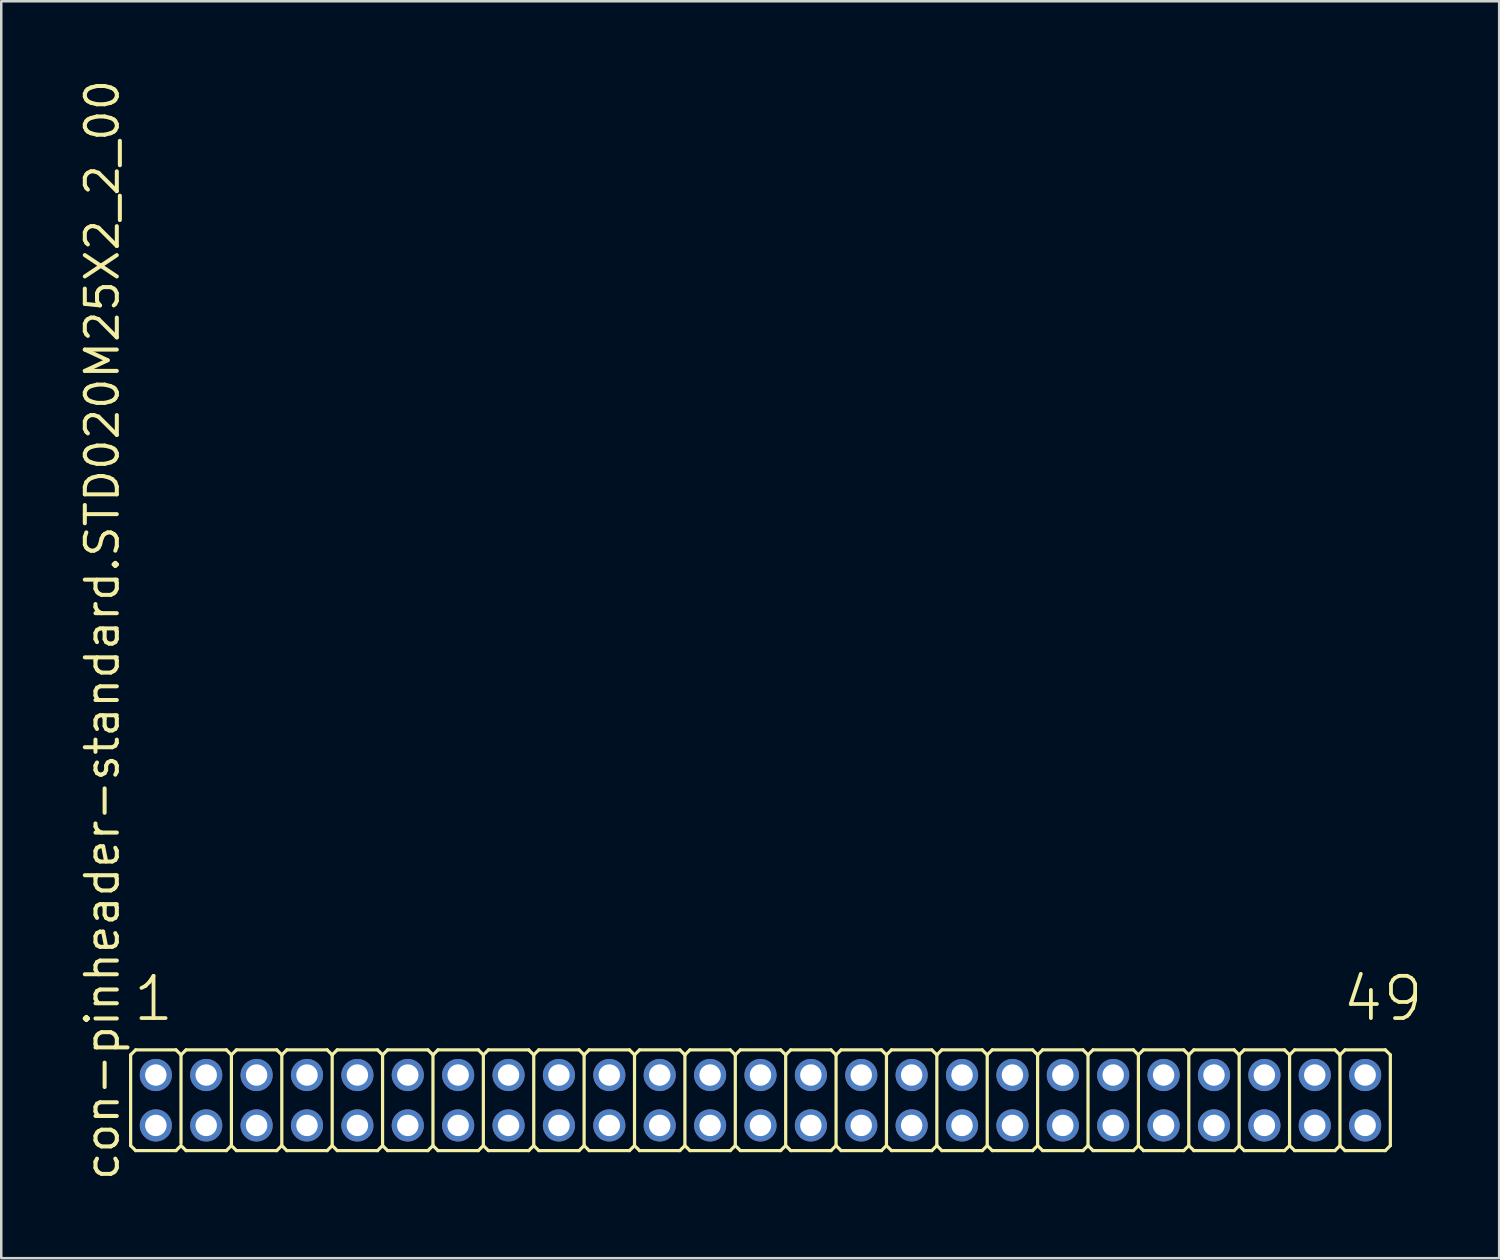
<source format=kicad_pcb>
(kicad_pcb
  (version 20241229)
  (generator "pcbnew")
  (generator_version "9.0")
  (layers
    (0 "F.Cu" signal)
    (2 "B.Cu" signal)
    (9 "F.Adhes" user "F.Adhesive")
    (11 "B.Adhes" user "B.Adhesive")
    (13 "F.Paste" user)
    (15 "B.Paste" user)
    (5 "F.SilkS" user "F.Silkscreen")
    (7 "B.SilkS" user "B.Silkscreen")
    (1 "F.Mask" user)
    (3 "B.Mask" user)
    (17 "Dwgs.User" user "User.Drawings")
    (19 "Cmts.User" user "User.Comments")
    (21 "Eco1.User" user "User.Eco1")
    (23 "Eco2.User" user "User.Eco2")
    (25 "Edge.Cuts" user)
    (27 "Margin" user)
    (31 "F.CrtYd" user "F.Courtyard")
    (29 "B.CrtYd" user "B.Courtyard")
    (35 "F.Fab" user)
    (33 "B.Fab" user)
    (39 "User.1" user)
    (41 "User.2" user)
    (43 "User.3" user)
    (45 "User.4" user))
  (footprint "con-pinheader-standard.STD020M25X2_2_00"
    (layer "F.Cu")
    (at 27.135 40.62)
    (property "Reference" "con-pinheader-standard.STD020M25X2_2_00" (at -25.385 3.27 90) (layer "F.SilkS") (effects (font (size 1.27 1.27) (thickness 0.16)) (justify left bottom)))
    (attr through_hole)
    (fp_line (start -25 1.8) (end -25 -1.8) (stroke (width 0.127) (type default)) (layer "F.SilkS"))
    (fp_line (start -24.8 -2) (end -25 -1.8) (stroke (width 0.127) (type default)) (layer "F.SilkS"))
    (fp_line (start -24.8 -2) (end -23.2 -2) (stroke (width 0.127) (type default)) (layer "F.SilkS"))
    (fp_line (start -24.8 2) (end -25 1.8) (stroke (width 0.127) (type default)) (layer "F.SilkS"))
    (fp_line (start -23.2 -2) (end -23 -1.8) (stroke (width 0.127) (type default)) (layer "F.SilkS"))
    (fp_line (start -23.2 2) (end -24.8 2) (stroke (width 0.127) (type default)) (layer "F.SilkS"))
    (fp_line (start -23.2 2) (end -23 1.8) (stroke (width 0.127) (type default)) (layer "F.SilkS"))
    (fp_line (start -23 -1.8) (end -23 1.7) (stroke (width 0.127) (type default)) (layer "F.SilkS"))
    (fp_line (start -22.8 -2) (end -23 -1.8) (stroke (width 0.127) (type default)) (layer "F.SilkS"))
    (fp_line (start -22.8 -2) (end -21.2 -2) (stroke (width 0.127) (type default)) (layer "F.SilkS"))
    (fp_line (start -22.8 2) (end -23 1.8) (stroke (width 0.127) (type default)) (layer "F.SilkS"))
    (fp_line (start -21.2 -2) (end -21 -1.8) (stroke (width 0.127) (type default)) (layer "F.SilkS"))
    (fp_line (start -21.2 2) (end -22.8 2) (stroke (width 0.127) (type default)) (layer "F.SilkS"))
    (fp_line (start -21.2 2) (end -21 1.8) (stroke (width 0.127) (type default)) (layer "F.SilkS"))
    (fp_line (start -21 -1.8) (end -21 1.8) (stroke (width 0.127) (type default)) (layer "F.SilkS"))
    (fp_line (start -20.8 -2) (end -21 -1.8) (stroke (width 0.127) (type default)) (layer "F.SilkS"))
    (fp_line (start -20.8 -2) (end -19.2 -2) (stroke (width 0.127) (type default)) (layer "F.SilkS"))
    (fp_line (start -20.8 2) (end -21 1.8) (stroke (width 0.127) (type default)) (layer "F.SilkS"))
    (fp_line (start -19.2 -2) (end -19 -1.8) (stroke (width 0.127) (type default)) (layer "F.SilkS"))
    (fp_line (start -19.2 2) (end -20.8 2) (stroke (width 0.127) (type default)) (layer "F.SilkS"))
    (fp_line (start -19.2 2) (end -19 1.8) (stroke (width 0.127) (type default)) (layer "F.SilkS"))
    (fp_line (start -19 -1.8) (end -19 1.8) (stroke (width 0.127) (type default)) (layer "F.SilkS"))
    (fp_line (start -18.8 -2) (end -19 -1.8) (stroke (width 0.127) (type default)) (layer "F.SilkS"))
    (fp_line (start -18.8 -2) (end -17.2 -2) (stroke (width 0.127) (type default)) (layer "F.SilkS"))
    (fp_line (start -18.8 2) (end -19 1.8) (stroke (width 0.127) (type default)) (layer "F.SilkS"))
    (fp_line (start -17.2 -2) (end -17 -1.8) (stroke (width 0.127) (type default)) (layer "F.SilkS"))
    (fp_line (start -17.2 2) (end -18.8 2) (stroke (width 0.127) (type default)) (layer "F.SilkS"))
    (fp_line (start -17.2 2) (end -17 1.8) (stroke (width 0.127) (type default)) (layer "F.SilkS"))
    (fp_line (start -17 -1.8) (end -17 1.8) (stroke (width 0.127) (type default)) (layer "F.SilkS"))
    (fp_line (start -16.8 -2) (end -17 -1.8) (stroke (width 0.127) (type default)) (layer "F.SilkS"))
    (fp_line (start -16.8 -2) (end -15.2 -2) (stroke (width 0.127) (type default)) (layer "F.SilkS"))
    (fp_line (start -16.8 2) (end -17 1.8) (stroke (width 0.127) (type default)) (layer "F.SilkS"))
    (fp_line (start -15.2 -2) (end -15 -1.8) (stroke (width 0.127) (type default)) (layer "F.SilkS"))
    (fp_line (start -15.2 2) (end -16.8 2) (stroke (width 0.127) (type default)) (layer "F.SilkS"))
    (fp_line (start -15.2 2) (end -15 1.8) (stroke (width 0.127) (type default)) (layer "F.SilkS"))
    (fp_line (start -15 -1.8) (end -15 1.8) (stroke (width 0.127) (type default)) (layer "F.SilkS"))
    (fp_line (start -14.8 -2) (end -15 -1.8) (stroke (width 0.127) (type default)) (layer "F.SilkS"))
    (fp_line (start -14.8 -2) (end -13.2 -2) (stroke (width 0.127) (type default)) (layer "F.SilkS"))
    (fp_line (start -14.8 2) (end -15 1.8) (stroke (width 0.127) (type default)) (layer "F.SilkS"))
    (fp_line (start -13.2 -2) (end -13 -1.8) (stroke (width 0.127) (type default)) (layer "F.SilkS"))
    (fp_line (start -13.2 2) (end -14.8 2) (stroke (width 0.127) (type default)) (layer "F.SilkS"))
    (fp_line (start -13.2 2) (end -13 1.8) (stroke (width 0.127) (type default)) (layer "F.SilkS"))
    (fp_line (start -13 -1.8) (end -13 1.8) (stroke (width 0.127) (type default)) (layer "F.SilkS"))
    (fp_line (start -12.8 -2) (end -13 -1.8) (stroke (width 0.127) (type default)) (layer "F.SilkS"))
    (fp_line (start -12.8 -2) (end -11.2 -2) (stroke (width 0.127) (type default)) (layer "F.SilkS"))
    (fp_line (start -12.8 2) (end -13 1.8) (stroke (width 0.127) (type default)) (layer "F.SilkS"))
    (fp_line (start -11.2 -2) (end -11 -1.8) (stroke (width 0.127) (type default)) (layer "F.SilkS"))
    (fp_line (start -11.2 2) (end -12.8 2) (stroke (width 0.127) (type default)) (layer "F.SilkS"))
    (fp_line (start -11.2 2) (end -11 1.8) (stroke (width 0.127) (type default)) (layer "F.SilkS"))
    (fp_line (start -11 -1.8) (end -11 1.8) (stroke (width 0.127) (type default)) (layer "F.SilkS"))
    (fp_line (start -10.8 -2) (end -11 -1.8) (stroke (width 0.127) (type default)) (layer "F.SilkS"))
    (fp_line (start -10.8 -2) (end -9.2 -2) (stroke (width 0.127) (type default)) (layer "F.SilkS"))
    (fp_line (start -10.8 2) (end -11 1.8) (stroke (width 0.127) (type default)) (layer "F.SilkS"))
    (fp_line (start -9.2 -2) (end -9 -1.8) (stroke (width 0.127) (type default)) (layer "F.SilkS"))
    (fp_line (start -9.2 2) (end -10.8 2) (stroke (width 0.127) (type default)) (layer "F.SilkS"))
    (fp_line (start -9.2 2) (end -9 1.8) (stroke (width 0.127) (type default)) (layer "F.SilkS"))
    (fp_line (start -9 -1.8) (end -9 1.8) (stroke (width 0.127) (type default)) (layer "F.SilkS"))
    (fp_line (start -8.8 -2) (end -9 -1.8) (stroke (width 0.127) (type default)) (layer "F.SilkS"))
    (fp_line (start -8.8 -2) (end -7.2 -2) (stroke (width 0.127) (type default)) (layer "F.SilkS"))
    (fp_line (start -8.8 2) (end -9 1.8) (stroke (width 0.127) (type default)) (layer "F.SilkS"))
    (fp_line (start -7.2 -2) (end -7 -1.8) (stroke (width 0.127) (type default)) (layer "F.SilkS"))
    (fp_line (start -7.2 2) (end -8.8 2) (stroke (width 0.127) (type default)) (layer "F.SilkS"))
    (fp_line (start -7.2 2) (end -7 1.8) (stroke (width 0.127) (type default)) (layer "F.SilkS"))
    (fp_line (start -7 -1.8) (end -7 1.8) (stroke (width 0.127) (type default)) (layer "F.SilkS"))
    (fp_line (start -6.8 -2) (end -7 -1.8) (stroke (width 0.127) (type default)) (layer "F.SilkS"))
    (fp_line (start -6.8 -2) (end -5.2 -2) (stroke (width 0.127) (type default)) (layer "F.SilkS"))
    (fp_line (start -6.8 2) (end -7 1.8) (stroke (width 0.127) (type default)) (layer "F.SilkS"))
    (fp_line (start -5.2 -2) (end -5 -1.8) (stroke (width 0.127) (type default)) (layer "F.SilkS"))
    (fp_line (start -5.2 2) (end -6.8 2) (stroke (width 0.127) (type default)) (layer "F.SilkS"))
    (fp_line (start -5.2 2) (end -5 1.8) (stroke (width 0.127) (type default)) (layer "F.SilkS"))
    (fp_line (start -5 -1.8) (end -5 1.8) (stroke (width 0.127) (type default)) (layer "F.SilkS"))
    (fp_line (start -4.8 -2) (end -5 -1.8) (stroke (width 0.127) (type default)) (layer "F.SilkS"))
    (fp_line (start -4.8 -2) (end -3.2 -2) (stroke (width 0.127) (type default)) (layer "F.SilkS"))
    (fp_line (start -4.8 2) (end -5 1.8) (stroke (width 0.127) (type default)) (layer "F.SilkS"))
    (fp_line (start -3.2 -2) (end -3 -1.8) (stroke (width 0.127) (type default)) (layer "F.SilkS"))
    (fp_line (start -3.2 2) (end -4.8 2) (stroke (width 0.127) (type default)) (layer "F.SilkS"))
    (fp_line (start -3.2 2) (end -3 1.8) (stroke (width 0.127) (type default)) (layer "F.SilkS"))
    (fp_line (start -3 -1.8) (end -3 1.8) (stroke (width 0.127) (type default)) (layer "F.SilkS"))
    (fp_line (start -2.8 -2) (end -3 -1.8) (stroke (width 0.127) (type default)) (layer "F.SilkS"))
    (fp_line (start -2.8 -2) (end -1.2 -2) (stroke (width 0.127) (type default)) (layer "F.SilkS"))
    (fp_line (start -2.8 2) (end -3 1.8) (stroke (width 0.127) (type default)) (layer "F.SilkS"))
    (fp_line (start -1.2 -2) (end -1 -1.8) (stroke (width 0.127) (type default)) (layer "F.SilkS"))
    (fp_line (start -1.2 2) (end -2.8 2) (stroke (width 0.127) (type default)) (layer "F.SilkS"))
    (fp_line (start -1.2 2) (end -1 1.8) (stroke (width 0.127) (type default)) (layer "F.SilkS"))
    (fp_line (start -1 -1.8) (end -1 1.8) (stroke (width 0.127) (type default)) (layer "F.SilkS"))
    (fp_line (start -0.8 -2) (end -1 -1.8) (stroke (width 0.127) (type default)) (layer "F.SilkS"))
    (fp_line (start -0.8 -2) (end 0.8 -2) (stroke (width 0.127) (type default)) (layer "F.SilkS"))
    (fp_line (start -0.8 2) (end -1 1.8) (stroke (width 0.127) (type default)) (layer "F.SilkS"))
    (fp_line (start 0.8 -2) (end 1 -1.8) (stroke (width 0.127) (type default)) (layer "F.SilkS"))
    (fp_line (start 0.8 2) (end -0.8 2) (stroke (width 0.127) (type default)) (layer "F.SilkS"))
    (fp_line (start 0.8 2) (end 1 1.8) (stroke (width 0.127) (type default)) (layer "F.SilkS"))
    (fp_line (start 1 -1.8) (end 1 1.8) (stroke (width 0.127) (type default)) (layer "F.SilkS"))
    (fp_line (start 1.2 -2) (end 1 -1.8) (stroke (width 0.127) (type default)) (layer "F.SilkS"))
    (fp_line (start 1.2 -2) (end 2.8 -2) (stroke (width 0.127) (type default)) (layer "F.SilkS"))
    (fp_line (start 1.2 2) (end 1 1.8) (stroke (width 0.127) (type default)) (layer "F.SilkS"))
    (fp_line (start 2.8 -2) (end 3 -1.8) (stroke (width 0.127) (type default)) (layer "F.SilkS"))
    (fp_line (start 2.8 2) (end 1.2 2) (stroke (width 0.127) (type default)) (layer "F.SilkS"))
    (fp_line (start 2.8 2) (end 3 1.8) (stroke (width 0.127) (type default)) (layer "F.SilkS"))
    (fp_line (start 3 -1.8) (end 3 1.8) (stroke (width 0.127) (type default)) (layer "F.SilkS"))
    (fp_line (start 3.2 -2) (end 3 -1.8) (stroke (width 0.127) (type default)) (layer "F.SilkS"))
    (fp_line (start 3.2 -2) (end 4.8 -2) (stroke (width 0.127) (type default)) (layer "F.SilkS"))
    (fp_line (start 3.2 2) (end 3 1.8) (stroke (width 0.127) (type default)) (layer "F.SilkS"))
    (fp_line (start 4.8 -2) (end 5 -1.8) (stroke (width 0.127) (type default)) (layer "F.SilkS"))
    (fp_line (start 4.8 2) (end 3.2 2) (stroke (width 0.127) (type default)) (layer "F.SilkS"))
    (fp_line (start 4.8 2) (end 5 1.8) (stroke (width 0.127) (type default)) (layer "F.SilkS"))
    (fp_line (start 5 -1.8) (end 5 1.8) (stroke (width 0.127) (type default)) (layer "F.SilkS"))
    (fp_line (start 5.2 -2) (end 5 -1.8) (stroke (width 0.127) (type default)) (layer "F.SilkS"))
    (fp_line (start 5.2 -2) (end 6.8 -2) (stroke (width 0.127) (type default)) (layer "F.SilkS"))
    (fp_line (start 5.2 2) (end 5 1.8) (stroke (width 0.127) (type default)) (layer "F.SilkS"))
    (fp_line (start 6.8 -2) (end 7 -1.8) (stroke (width 0.127) (type default)) (layer "F.SilkS"))
    (fp_line (start 6.8 2) (end 5.2 2) (stroke (width 0.127) (type default)) (layer "F.SilkS"))
    (fp_line (start 6.8 2) (end 7 1.8) (stroke (width 0.127) (type default)) (layer "F.SilkS"))
    (fp_line (start 7 -1.8) (end 7 1.8) (stroke (width 0.127) (type default)) (layer "F.SilkS"))
    (fp_line (start 7.2 -2) (end 7 -1.8) (stroke (width 0.127) (type default)) (layer "F.SilkS"))
    (fp_line (start 7.2 -2) (end 8.8 -2) (stroke (width 0.127) (type default)) (layer "F.SilkS"))
    (fp_line (start 7.2 2) (end 7 1.8) (stroke (width 0.127) (type default)) (layer "F.SilkS"))
    (fp_line (start 8.8 -2) (end 9 -1.8) (stroke (width 0.127) (type default)) (layer "F.SilkS"))
    (fp_line (start 8.8 2) (end 7.2 2) (stroke (width 0.127) (type default)) (layer "F.SilkS"))
    (fp_line (start 8.8 2) (end 9 1.8) (stroke (width 0.127) (type default)) (layer "F.SilkS"))
    (fp_line (start 9 -1.8) (end 9 1.8) (stroke (width 0.127) (type default)) (layer "F.SilkS"))
    (fp_line (start 9.2 -2) (end 9 -1.8) (stroke (width 0.127) (type default)) (layer "F.SilkS"))
    (fp_line (start 9.2 -2) (end 10.8 -2) (stroke (width 0.127) (type default)) (layer "F.SilkS"))
    (fp_line (start 9.2 2) (end 9 1.8) (stroke (width 0.127) (type default)) (layer "F.SilkS"))
    (fp_line (start 10.8 -2) (end 11 -1.8) (stroke (width 0.127) (type default)) (layer "F.SilkS"))
    (fp_line (start 10.8 2) (end 9.2 2) (stroke (width 0.127) (type default)) (layer "F.SilkS"))
    (fp_line (start 10.8 2) (end 11 1.8) (stroke (width 0.127) (type default)) (layer "F.SilkS"))
    (fp_line (start 11 -1.8) (end 11 1.8) (stroke (width 0.127) (type default)) (layer "F.SilkS"))
    (fp_line (start 11.2 -2) (end 11 -1.8) (stroke (width 0.127) (type default)) (layer "F.SilkS"))
    (fp_line (start 11.2 -2) (end 12.8 -2) (stroke (width 0.127) (type default)) (layer "F.SilkS"))
    (fp_line (start 11.2 2) (end 11 1.8) (stroke (width 0.127) (type default)) (layer "F.SilkS"))
    (fp_line (start 12.8 -2) (end 13 -1.8) (stroke (width 0.127) (type default)) (layer "F.SilkS"))
    (fp_line (start 12.8 2) (end 11.2 2) (stroke (width 0.127) (type default)) (layer "F.SilkS"))
    (fp_line (start 12.8 2) (end 13 1.8) (stroke (width 0.127) (type default)) (layer "F.SilkS"))
    (fp_line (start 13 -1.8) (end 13 1.8) (stroke (width 0.127) (type default)) (layer "F.SilkS"))
    (fp_line (start 13.2 -2) (end 13 -1.8) (stroke (width 0.127) (type default)) (layer "F.SilkS"))
    (fp_line (start 13.2 -2) (end 14.8 -2) (stroke (width 0.127) (type default)) (layer "F.SilkS"))
    (fp_line (start 13.2 2) (end 13 1.8) (stroke (width 0.127) (type default)) (layer "F.SilkS"))
    (fp_line (start 14.8 -2) (end 15 -1.8) (stroke (width 0.127) (type default)) (layer "F.SilkS"))
    (fp_line (start 14.8 2) (end 13.2 2) (stroke (width 0.127) (type default)) (layer "F.SilkS"))
    (fp_line (start 14.8 2) (end 15 1.8) (stroke (width 0.127) (type default)) (layer "F.SilkS"))
    (fp_line (start 15 -1.8) (end 15 1.8) (stroke (width 0.127) (type default)) (layer "F.SilkS"))
    (fp_line (start 15.2 -2) (end 15 -1.8) (stroke (width 0.127) (type default)) (layer "F.SilkS"))
    (fp_line (start 15.2 -2) (end 16.8 -2) (stroke (width 0.127) (type default)) (layer "F.SilkS"))
    (fp_line (start 15.2 2) (end 15 1.8) (stroke (width 0.127) (type default)) (layer "F.SilkS"))
    (fp_line (start 16.8 -2) (end 17 -1.8) (stroke (width 0.127) (type default)) (layer "F.SilkS"))
    (fp_line (start 16.8 2) (end 15.2 2) (stroke (width 0.127) (type default)) (layer "F.SilkS"))
    (fp_line (start 16.8 2) (end 17 1.8) (stroke (width 0.127) (type default)) (layer "F.SilkS"))
    (fp_line (start 17 -1.8) (end 17 1.8) (stroke (width 0.127) (type default)) (layer "F.SilkS"))
    (fp_line (start 17.2 -2) (end 17 -1.8) (stroke (width 0.127) (type default)) (layer "F.SilkS"))
    (fp_line (start 17.2 -2) (end 18.8 -2) (stroke (width 0.127) (type default)) (layer "F.SilkS"))
    (fp_line (start 17.2 2) (end 17 1.8) (stroke (width 0.127) (type default)) (layer "F.SilkS"))
    (fp_line (start 18.8 -2) (end 19 -1.8) (stroke (width 0.127) (type default)) (layer "F.SilkS"))
    (fp_line (start 18.8 2) (end 17.2 2) (stroke (width 0.127) (type default)) (layer "F.SilkS"))
    (fp_line (start 18.8 2) (end 19 1.8) (stroke (width 0.127) (type default)) (layer "F.SilkS"))
    (fp_line (start 19 -1.8) (end 19 1.8) (stroke (width 0.127) (type default)) (layer "F.SilkS"))
    (fp_line (start 19.2 -2) (end 19 -1.8) (stroke (width 0.127) (type default)) (layer "F.SilkS"))
    (fp_line (start 19.2 -2) (end 20.8 -2) (stroke (width 0.127) (type default)) (layer "F.SilkS"))
    (fp_line (start 19.2 2) (end 19 1.8) (stroke (width 0.127) (type default)) (layer "F.SilkS"))
    (fp_line (start 20.8 -2) (end 21 -1.8) (stroke (width 0.127) (type default)) (layer "F.SilkS"))
    (fp_line (start 20.8 2) (end 19.2 2) (stroke (width 0.127) (type default)) (layer "F.SilkS"))
    (fp_line (start 20.8 2) (end 21 1.8) (stroke (width 0.127) (type default)) (layer "F.SilkS"))
    (fp_line (start 21 -1.8) (end 21 1.8) (stroke (width 0.127) (type default)) (layer "F.SilkS"))
    (fp_line (start 21.2 -2) (end 21 -1.8) (stroke (width 0.127) (type default)) (layer "F.SilkS"))
    (fp_line (start 21.2 -2) (end 22.8 -2) (stroke (width 0.127) (type default)) (layer "F.SilkS"))
    (fp_line (start 21.2 2) (end 21 1.8) (stroke (width 0.127) (type default)) (layer "F.SilkS"))
    (fp_line (start 22.8 -2) (end 23 -1.8) (stroke (width 0.127) (type default)) (layer "F.SilkS"))
    (fp_line (start 22.8 2) (end 21.2 2) (stroke (width 0.127) (type default)) (layer "F.SilkS"))
    (fp_line (start 22.8 2) (end 23 1.8) (stroke (width 0.127) (type default)) (layer "F.SilkS"))
    (fp_line (start 23 -1.8) (end 23 1.8) (stroke (width 0.127) (type default)) (layer "F.SilkS"))
    (fp_line (start 23.2 -2) (end 23 -1.8) (stroke (width 0.127) (type default)) (layer "F.SilkS"))
    (fp_line (start 23.2 -2) (end 24.8 -2) (stroke (width 0.127) (type default)) (layer "F.SilkS"))
    (fp_line (start 23.2 2) (end 23 1.8) (stroke (width 0.127) (type default)) (layer "F.SilkS"))
    (fp_line (start 24.8 -2) (end 25 -1.8) (stroke (width 0.127) (type default)) (layer "F.SilkS"))
    (fp_line (start 24.8 2) (end 23.2 2) (stroke (width 0.127) (type default)) (layer "F.SilkS"))
    (fp_line (start 24.8 2) (end 25 1.8) (stroke (width 0.127) (type default)) (layer "F.SilkS"))
    (fp_line (start 25 -1.8) (end 25 1.8) (stroke (width 0.127) (type default)) (layer "F.SilkS"))
    (fp_rect (start -24.25 -0.75) (end -23.75 -1.25) (stroke (width 0.05) (type default)) (fill no) (layer "F.Fab"))
    (fp_rect (start -24.25 1.25) (end -23.75 0.75) (stroke (width 0.05) (type default)) (fill no) (layer "F.Fab"))
    (fp_rect (start -22.25 -0.75) (end -21.75 -1.25) (stroke (width 0.05) (type default)) (fill no) (layer "F.Fab"))
    (fp_rect (start -22.25 1.25) (end -21.75 0.75) (stroke (width 0.05) (type default)) (fill no) (layer "F.Fab"))
    (fp_rect (start -20.25 -0.75) (end -19.75 -1.25) (stroke (width 0.05) (type default)) (fill no) (layer "F.Fab"))
    (fp_rect (start -20.25 1.25) (end -19.75 0.75) (stroke (width 0.05) (type default)) (fill no) (layer "F.Fab"))
    (fp_rect (start -18.25 -0.75) (end -17.75 -1.25) (stroke (width 0.05) (type default)) (fill no) (layer "F.Fab"))
    (fp_rect (start -18.25 1.25) (end -17.75 0.75) (stroke (width 0.05) (type default)) (fill no) (layer "F.Fab"))
    (fp_rect (start -16.25 -0.75) (end -15.75 -1.25) (stroke (width 0.05) (type default)) (fill no) (layer "F.Fab"))
    (fp_rect (start -16.25 1.25) (end -15.75 0.75) (stroke (width 0.05) (type default)) (fill no) (layer "F.Fab"))
    (fp_rect (start -14.25 -0.75) (end -13.75 -1.25) (stroke (width 0.05) (type default)) (fill no) (layer "F.Fab"))
    (fp_rect (start -14.25 1.25) (end -13.75 0.75) (stroke (width 0.05) (type default)) (fill no) (layer "F.Fab"))
    (fp_rect (start -12.25 -0.75) (end -11.75 -1.25) (stroke (width 0.05) (type default)) (fill no) (layer "F.Fab"))
    (fp_rect (start -12.25 1.25) (end -11.75 0.75) (stroke (width 0.05) (type default)) (fill no) (layer "F.Fab"))
    (fp_rect (start -10.25 -0.75) (end -9.75 -1.25) (stroke (width 0.05) (type default)) (fill no) (layer "F.Fab"))
    (fp_rect (start -10.25 1.25) (end -9.75 0.75) (stroke (width 0.05) (type default)) (fill no) (layer "F.Fab"))
    (fp_rect (start -8.25 -0.75) (end -7.75 -1.25) (stroke (width 0.05) (type default)) (fill no) (layer "F.Fab"))
    (fp_rect (start -8.25 1.25) (end -7.75 0.75) (stroke (width 0.05) (type default)) (fill no) (layer "F.Fab"))
    (fp_rect (start -6.25 -0.75) (end -5.75 -1.25) (stroke (width 0.05) (type default)) (fill no) (layer "F.Fab"))
    (fp_rect (start -6.25 1.25) (end -5.75 0.75) (stroke (width 0.05) (type default)) (fill no) (layer "F.Fab"))
    (fp_rect (start -4.25 -0.75) (end -3.75 -1.25) (stroke (width 0.05) (type default)) (fill no) (layer "F.Fab"))
    (fp_rect (start -4.25 1.25) (end -3.75 0.75) (stroke (width 0.05) (type default)) (fill no) (layer "F.Fab"))
    (fp_rect (start -2.25 -0.75) (end -1.75 -1.25) (stroke (width 0.05) (type default)) (fill no) (layer "F.Fab"))
    (fp_rect (start -2.25 1.25) (end -1.75 0.75) (stroke (width 0.05) (type default)) (fill no) (layer "F.Fab"))
    (fp_rect (start -0.25 -0.75) (end 0.25 -1.25) (stroke (width 0.05) (type default)) (fill no) (layer "F.Fab"))
    (fp_rect (start -0.25 1.25) (end 0.25 0.75) (stroke (width 0.05) (type default)) (fill no) (layer "F.Fab"))
    (fp_rect (start 1.75 -0.75) (end 2.25 -1.25) (stroke (width 0.05) (type default)) (fill no) (layer "F.Fab"))
    (fp_rect (start 1.75 1.25) (end 2.25 0.75) (stroke (width 0.05) (type default)) (fill no) (layer "F.Fab"))
    (fp_rect (start 3.75 -0.75) (end 4.25 -1.25) (stroke (width 0.05) (type default)) (fill no) (layer "F.Fab"))
    (fp_rect (start 3.75 1.25) (end 4.25 0.75) (stroke (width 0.05) (type default)) (fill no) (layer "F.Fab"))
    (fp_rect (start 5.75 -0.75) (end 6.25 -1.25) (stroke (width 0.05) (type default)) (fill no) (layer "F.Fab"))
    (fp_rect (start 5.75 1.25) (end 6.25 0.75) (stroke (width 0.05) (type default)) (fill no) (layer "F.Fab"))
    (fp_rect (start 7.75 -0.75) (end 8.25 -1.25) (stroke (width 0.05) (type default)) (fill no) (layer "F.Fab"))
    (fp_rect (start 7.75 1.25) (end 8.25 0.75) (stroke (width 0.05) (type default)) (fill no) (layer "F.Fab"))
    (fp_rect (start 9.75 -0.75) (end 10.25 -1.25) (stroke (width 0.05) (type default)) (fill no) (layer "F.Fab"))
    (fp_rect (start 9.75 1.25) (end 10.25 0.75) (stroke (width 0.05) (type default)) (fill no) (layer "F.Fab"))
    (fp_rect (start 11.75 -0.75) (end 12.25 -1.25) (stroke (width 0.05) (type default)) (fill no) (layer "F.Fab"))
    (fp_rect (start 11.75 1.25) (end 12.25 0.75) (stroke (width 0.05) (type default)) (fill no) (layer "F.Fab"))
    (fp_rect (start 13.75 -0.75) (end 14.25 -1.25) (stroke (width 0.05) (type default)) (fill no) (layer "F.Fab"))
    (fp_rect (start 13.75 1.25) (end 14.25 0.75) (stroke (width 0.05) (type default)) (fill no) (layer "F.Fab"))
    (fp_rect (start 15.75 -0.75) (end 16.25 -1.25) (stroke (width 0.05) (type default)) (fill no) (layer "F.Fab"))
    (fp_rect (start 15.75 1.25) (end 16.25 0.75) (stroke (width 0.05) (type default)) (fill no) (layer "F.Fab"))
    (fp_rect (start 17.75 -0.75) (end 18.25 -1.25) (stroke (width 0.05) (type default)) (fill no) (layer "F.Fab"))
    (fp_rect (start 17.75 1.25) (end 18.25 0.75) (stroke (width 0.05) (type default)) (fill no) (layer "F.Fab"))
    (fp_rect (start 19.75 -0.75) (end 20.25 -1.25) (stroke (width 0.05) (type default)) (fill no) (layer "F.Fab"))
    (fp_rect (start 19.75 1.25) (end 20.25 0.75) (stroke (width 0.05) (type default)) (fill no) (layer "F.Fab"))
    (fp_rect (start 21.75 -0.75) (end 22.25 -1.25) (stroke (width 0.05) (type default)) (fill no) (layer "F.Fab"))
    (fp_rect (start 21.75 1.25) (end 22.25 0.75) (stroke (width 0.05) (type default)) (fill no) (layer "F.Fab"))
    (fp_rect (start 23.75 -0.75) (end 24.25 -1.25) (stroke (width 0.05) (type default)) (fill no) (layer "F.Fab"))
    (fp_rect (start 23.75 1.25) (end 24.25 0.75) (stroke (width 0.05) (type default)) (fill no) (layer "F.Fab"))
    (fp_text user "1" (at -24.988 -3.048 0) (layer "F.SilkS") (effects (font (size 1.676 1.676) (thickness 0.15)) (justify left bottom)))
    (fp_text user "49" (at 23.012 -3.048 0) (layer "F.SilkS") (effects (font (size 1.676 1.676) (thickness 0.15)) (justify left bottom)))
    (pad "1" thru_hole circle (at -24 -1) (size 1.275 1.275) (drill 0.85) (layers "*.Cu" "*.Mask"))
    (pad "2" thru_hole circle (at -24 1) (size 1.275 1.275) (drill 0.85) (layers "*.Cu" "*.Mask"))
    (pad "3" thru_hole circle (at -22 -1) (size 1.275 1.275) (drill 0.85) (layers "*.Cu" "*.Mask"))
    (pad "4" thru_hole circle (at -22 1) (size 1.275 1.275) (drill 0.85) (layers "*.Cu" "*.Mask"))
    (pad "5" thru_hole circle (at -20 -1) (size 1.275 1.275) (drill 0.85) (layers "*.Cu" "*.Mask"))
    (pad "6" thru_hole circle (at -20 1) (size 1.275 1.275) (drill 0.85) (layers "*.Cu" "*.Mask"))
    (pad "7" thru_hole circle (at -18 -1) (size 1.275 1.275) (drill 0.85) (layers "*.Cu" "*.Mask"))
    (pad "8" thru_hole circle (at -18 1) (size 1.275 1.275) (drill 0.85) (layers "*.Cu" "*.Mask"))
    (pad "9" thru_hole circle (at -16 -1) (size 1.275 1.275) (drill 0.85) (layers "*.Cu" "*.Mask"))
    (pad "10" thru_hole circle (at -16 1) (size 1.275 1.275) (drill 0.85) (layers "*.Cu" "*.Mask"))
    (pad "11" thru_hole circle (at -14 -1) (size 1.275 1.275) (drill 0.85) (layers "*.Cu" "*.Mask"))
    (pad "12" thru_hole circle (at -14 1) (size 1.275 1.275) (drill 0.85) (layers "*.Cu" "*.Mask"))
    (pad "13" thru_hole circle (at -12 -1) (size 1.275 1.275) (drill 0.85) (layers "*.Cu" "*.Mask"))
    (pad "14" thru_hole circle (at -12 1) (size 1.275 1.275) (drill 0.85) (layers "*.Cu" "*.Mask"))
    (pad "15" thru_hole circle (at -10 -1) (size 1.275 1.275) (drill 0.85) (layers "*.Cu" "*.Mask"))
    (pad "16" thru_hole circle (at -10 1) (size 1.275 1.275) (drill 0.85) (layers "*.Cu" "*.Mask"))
    (pad "17" thru_hole circle (at -8 -1) (size 1.275 1.275) (drill 0.85) (layers "*.Cu" "*.Mask"))
    (pad "18" thru_hole circle (at -8 1) (size 1.275 1.275) (drill 0.85) (layers "*.Cu" "*.Mask"))
    (pad "19" thru_hole circle (at -6 -1) (size 1.275 1.275) (drill 0.85) (layers "*.Cu" "*.Mask"))
    (pad "20" thru_hole circle (at -6 1) (size 1.275 1.275) (drill 0.85) (layers "*.Cu" "*.Mask"))
    (pad "21" thru_hole circle (at -4 -1) (size 1.275 1.275) (drill 0.85) (layers "*.Cu" "*.Mask"))
    (pad "22" thru_hole circle (at -4 1) (size 1.275 1.275) (drill 0.85) (layers "*.Cu" "*.Mask"))
    (pad "23" thru_hole circle (at -2 -1) (size 1.275 1.275) (drill 0.85) (layers "*.Cu" "*.Mask"))
    (pad "24" thru_hole circle (at -2 1) (size 1.275 1.275) (drill 0.85) (layers "*.Cu" "*.Mask"))
    (pad "25" thru_hole circle (at 0 -1) (size 1.275 1.275) (drill 0.85) (layers "*.Cu" "*.Mask"))
    (pad "26" thru_hole circle (at 0 1) (size 1.275 1.275) (drill 0.85) (layers "*.Cu" "*.Mask"))
    (pad "27" thru_hole circle (at 2 -1) (size 1.275 1.275) (drill 0.85) (layers "*.Cu" "*.Mask"))
    (pad "28" thru_hole circle (at 2 1) (size 1.275 1.275) (drill 0.85) (layers "*.Cu" "*.Mask"))
    (pad "29" thru_hole circle (at 4 -1) (size 1.275 1.275) (drill 0.85) (layers "*.Cu" "*.Mask"))
    (pad "30" thru_hole circle (at 4 1) (size 1.275 1.275) (drill 0.85) (layers "*.Cu" "*.Mask"))
    (pad "31" thru_hole circle (at 6 -1) (size 1.275 1.275) (drill 0.85) (layers "*.Cu" "*.Mask"))
    (pad "32" thru_hole circle (at 6 1) (size 1.275 1.275) (drill 0.85) (layers "*.Cu" "*.Mask"))
    (pad "33" thru_hole circle (at 8 -1) (size 1.275 1.275) (drill 0.85) (layers "*.Cu" "*.Mask"))
    (pad "34" thru_hole circle (at 8 1) (size 1.275 1.275) (drill 0.85) (layers "*.Cu" "*.Mask"))
    (pad "35" thru_hole circle (at 10 -1) (size 1.275 1.275) (drill 0.85) (layers "*.Cu" "*.Mask"))
    (pad "36" thru_hole circle (at 10 1) (size 1.275 1.275) (drill 0.85) (layers "*.Cu" "*.Mask"))
    (pad "37" thru_hole circle (at 12 -1) (size 1.275 1.275) (drill 0.85) (layers "*.Cu" "*.Mask"))
    (pad "38" thru_hole circle (at 12 1) (size 1.275 1.275) (drill 0.85) (layers "*.Cu" "*.Mask"))
    (pad "39" thru_hole circle (at 14 -1) (size 1.275 1.275) (drill 0.85) (layers "*.Cu" "*.Mask"))
    (pad "40" thru_hole circle (at 14 1) (size 1.275 1.275) (drill 0.85) (layers "*.Cu" "*.Mask"))
    (pad "41" thru_hole circle (at 16 -1) (size 1.275 1.275) (drill 0.85) (layers "*.Cu" "*.Mask"))
    (pad "42" thru_hole circle (at 16 1) (size 1.275 1.275) (drill 0.85) (layers "*.Cu" "*.Mask"))
    (pad "43" thru_hole circle (at 18 -1) (size 1.275 1.275) (drill 0.85) (layers "*.Cu" "*.Mask"))
    (pad "44" thru_hole circle (at 18 1) (size 1.275 1.275) (drill 0.85) (layers "*.Cu" "*.Mask"))
    (pad "45" thru_hole circle (at 20 -1) (size 1.275 1.275) (drill 0.85) (layers "*.Cu" "*.Mask"))
    (pad "46" thru_hole circle (at 20 1) (size 1.275 1.275) (drill 0.85) (layers "*.Cu" "*.Mask"))
    (pad "47" thru_hole circle (at 22 -1) (size 1.275 1.275) (drill 0.85) (layers "*.Cu" "*.Mask"))
    (pad "48" thru_hole circle (at 22 1) (size 1.275 1.275) (drill 0.85) (layers "*.Cu" "*.Mask"))
    (pad "49" thru_hole circle (at 24 -1) (size 1.275 1.275) (drill 0.85) (layers "*.Cu" "*.Mask"))
    (pad "50" thru_hole circle (at 24 1) (size 1.275 1.275) (drill 0.85) (layers "*.Cu" "*.Mask")))
  (gr_rect
    (start -3 -3)
    (end 56.455 46.89)
    (stroke (width 0.1) (type default))
    (fill no)
    (layer "Edge.Cuts")))
</source>
